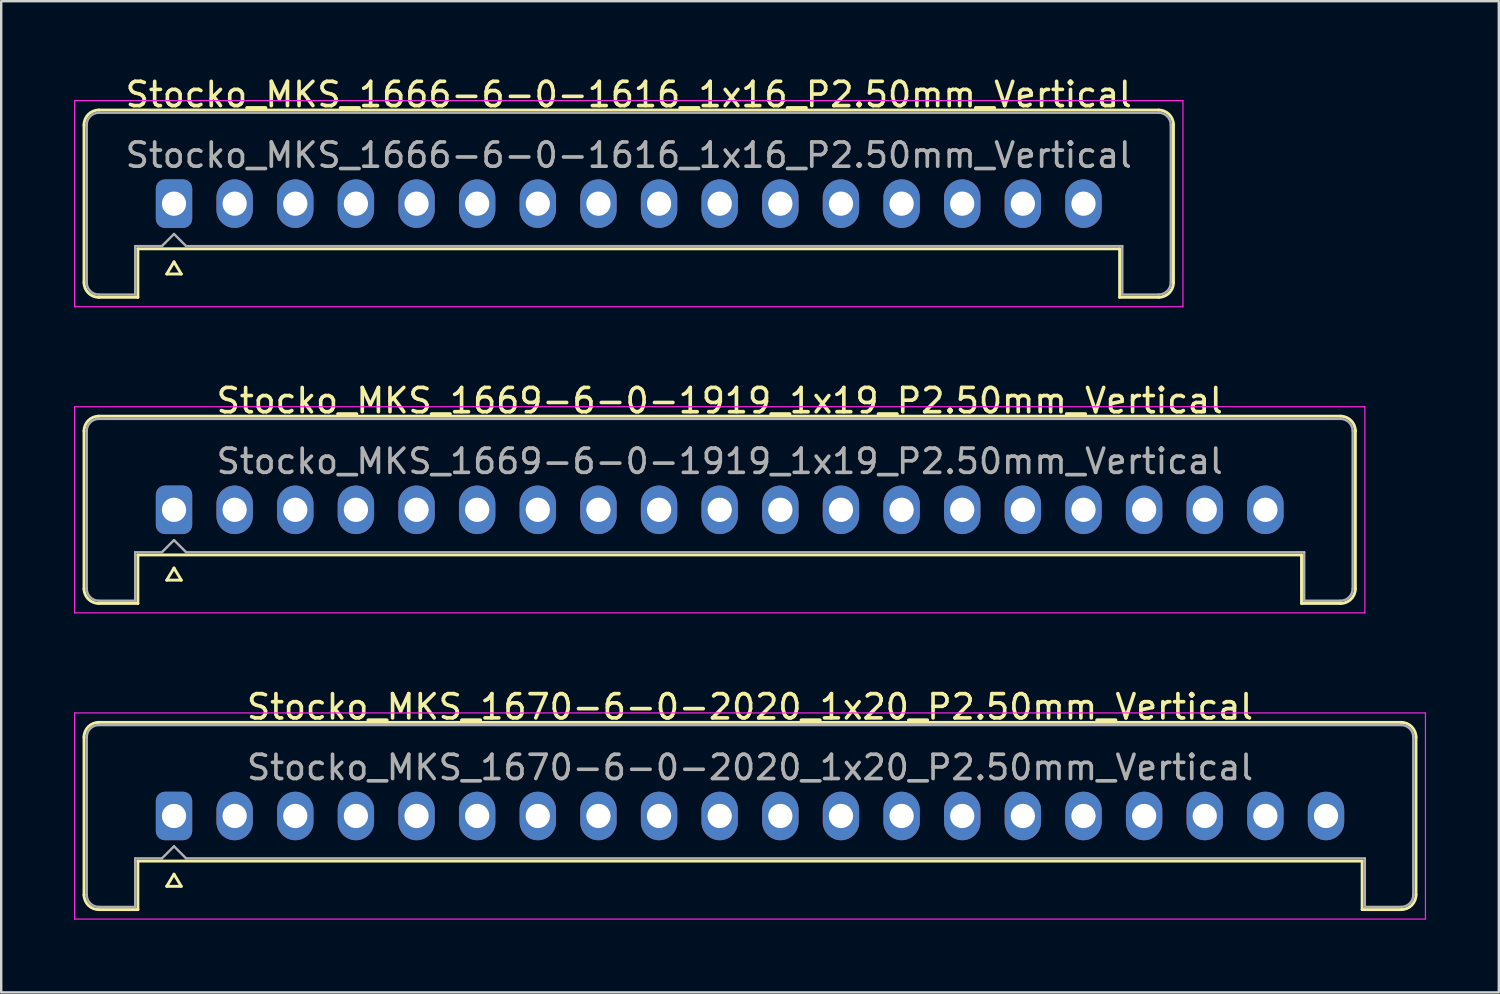
<source format=kicad_pcb>
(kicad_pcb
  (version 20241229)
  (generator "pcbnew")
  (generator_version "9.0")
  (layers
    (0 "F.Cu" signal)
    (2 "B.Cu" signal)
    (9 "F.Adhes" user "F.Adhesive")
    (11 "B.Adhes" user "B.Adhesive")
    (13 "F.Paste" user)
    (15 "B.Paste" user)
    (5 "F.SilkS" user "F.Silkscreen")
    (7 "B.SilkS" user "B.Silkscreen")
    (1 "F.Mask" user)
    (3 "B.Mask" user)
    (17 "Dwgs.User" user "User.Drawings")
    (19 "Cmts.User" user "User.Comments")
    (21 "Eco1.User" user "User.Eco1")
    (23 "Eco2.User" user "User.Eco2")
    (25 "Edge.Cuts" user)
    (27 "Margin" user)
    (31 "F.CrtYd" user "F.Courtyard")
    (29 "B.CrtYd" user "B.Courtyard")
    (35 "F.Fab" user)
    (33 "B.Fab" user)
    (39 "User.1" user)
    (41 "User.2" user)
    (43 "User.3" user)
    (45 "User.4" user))
  (footprint "Stocko_MKS_1670-6-0-2020_1x20_P2.50mm_Vertical"
    (layer "F.Cu")
    (at 4.125 30.595)
    (property "Reference" "Stocko_MKS_1670-6-0-2020_1x20_P2.50mm_Vertical" (at 23.75 -4.5 0) (layer "F.SilkS") (effects (font (size 1 1) (thickness 0.15))))
    (attr through_hole)
    (fp_line (start -3.71 -3.25) (end -3.71 3.25) (stroke (width 0.12) (type solid)) (layer "F.SilkS"))
    (fp_line (start -3.1 -3.86) (end 50.6 -3.86) (stroke (width 0.12) (type solid)) (layer "F.SilkS"))
    (fp_line (start -3.1 3.86) (end -1.49 3.86) (stroke (width 0.12) (type solid)) (layer "F.SilkS"))
    (fp_line (start -1.49 1.86) (end 48.99 1.86) (stroke (width 0.12) (type solid)) (layer "F.SilkS"))
    (fp_line (start -1.49 3.86) (end -1.49 1.86) (stroke (width 0.12) (type solid)) (layer "F.SilkS"))
    (fp_line (start -0.3 2.9) (end 0.3 2.9) (stroke (width 0.12) (type solid)) (layer "F.SilkS"))
    (fp_line (start 0 2.4) (end -0.3 2.9) (stroke (width 0.12) (type solid)) (layer "F.SilkS"))
    (fp_line (start 0.3 2.9) (end 0 2.4) (stroke (width 0.12) (type solid)) (layer "F.SilkS"))
    (fp_line (start 48.99 3.86) (end 48.99 1.86) (stroke (width 0.12) (type solid)) (layer "F.SilkS"))
    (fp_line (start 50.6 3.86) (end 48.99 3.86) (stroke (width 0.12) (type solid)) (layer "F.SilkS"))
    (fp_line (start 51.21 -3.25) (end 51.21 3.25) (stroke (width 0.12) (type solid)) (layer "F.SilkS"))
    (fp_arc (start -3.71 -3.25) (mid -3.531335 -3.681335) (end -3.1 -3.86) (stroke (width 0.12) (type solid)) (layer "F.SilkS"))
    (fp_arc (start -3.1 3.86) (mid -3.531335 3.681335) (end -3.71 3.25) (stroke (width 0.12) (type solid)) (layer "F.SilkS"))
    (fp_arc (start 50.6 -3.86) (mid 51.031335 -3.681335) (end 51.21 -3.25) (stroke (width 0.12) (type solid)) (layer "F.SilkS"))
    (fp_arc (start 51.21 3.25) (mid 51.031335 3.681335) (end 50.6 3.86) (stroke (width 0.12) (type solid)) (layer "F.SilkS"))
    (fp_line (start -4.1 -4.25) (end -4.1 4.25) (stroke (width 0.05) (type solid)) (layer "F.CrtYd"))
    (fp_line (start -4.1 4.25) (end 51.6 4.25) (stroke (width 0.05) (type solid)) (layer "F.CrtYd"))
    (fp_line (start 51.6 -4.25) (end -4.1 -4.25) (stroke (width 0.05) (type solid)) (layer "F.CrtYd"))
    (fp_line (start 51.6 4.25) (end 51.6 -4.25) (stroke (width 0.05) (type solid)) (layer "F.CrtYd"))
    (fp_line (start -3.6 -3.25) (end -3.6 3.25) (stroke (width 0.1) (type solid)) (layer "F.Fab"))
    (fp_line (start -3.1 -3.75) (end 50.6 -3.75) (stroke (width 0.1) (type solid)) (layer "F.Fab"))
    (fp_line (start -3.1 3.75) (end -1.6 3.75) (stroke (width 0.1) (type solid)) (layer "F.Fab"))
    (fp_line (start -1.6 1.75) (end -0.5 1.75) (stroke (width 0.1) (type solid)) (layer "F.Fab"))
    (fp_line (start -1.6 3.75) (end -1.6 1.75) (stroke (width 0.1) (type solid)) (layer "F.Fab"))
    (fp_line (start -0.5 1.75) (end 0 1.25) (stroke (width 0.1) (type solid)) (layer "F.Fab"))
    (fp_line (start 0 1.25) (end 0.5 1.75) (stroke (width 0.1) (type solid)) (layer "F.Fab"))
    (fp_line (start 0.5 1.75) (end 49.1 1.75) (stroke (width 0.1) (type solid)) (layer "F.Fab"))
    (fp_line (start 49.1 3.75) (end 49.1 1.75) (stroke (width 0.1) (type solid)) (layer "F.Fab"))
    (fp_line (start 50.6 3.75) (end 49.1 3.75) (stroke (width 0.1) (type solid)) (layer "F.Fab"))
    (fp_line (start 51.1 -3.25) (end 51.1 3.25) (stroke (width 0.1) (type solid)) (layer "F.Fab"))
    (fp_arc (start -3.6 -3.25) (mid -3.453553 -3.603553) (end -3.1 -3.75) (stroke (width 0.1) (type solid)) (layer "F.Fab"))
    (fp_arc (start -3.1 3.75) (mid -3.453553 3.603553) (end -3.6 3.25) (stroke (width 0.1) (type solid)) (layer "F.Fab"))
    (fp_arc (start 50.6 -3.75) (mid 50.953553 -3.603553) (end 51.1 -3.25) (stroke (width 0.1) (type solid)) (layer "F.Fab"))
    (fp_arc (start 51.1 3.25) (mid 50.953553 3.603553) (end 50.6 3.75) (stroke (width 0.1) (type solid)) (layer "F.Fab"))
    (fp_text user "${REFERENCE}" (at 23.75 -2 0) (layer "F.Fab") (effects (font (size 1 1) (thickness 0.15))))
    (pad "1" thru_hole roundrect (at 0 0) (size 1.5 2) (drill 1) (layers "*.Cu" "*.Mask") (roundrect_rratio 0.25))
    (pad "2" thru_hole oval (at 2.5 0) (size 1.5 2) (drill 1) (layers "*.Cu" "*.Mask"))
    (pad "3" thru_hole oval (at 5 0) (size 1.5 2) (drill 1) (layers "*.Cu" "*.Mask"))
    (pad "4" thru_hole oval (at 7.5 0) (size 1.5 2) (drill 1) (layers "*.Cu" "*.Mask"))
    (pad "5" thru_hole oval (at 10 0) (size 1.5 2) (drill 1) (layers "*.Cu" "*.Mask"))
    (pad "6" thru_hole oval (at 12.5 0) (size 1.5 2) (drill 1) (layers "*.Cu" "*.Mask"))
    (pad "7" thru_hole oval (at 15 0) (size 1.5 2) (drill 1) (layers "*.Cu" "*.Mask"))
    (pad "8" thru_hole oval (at 17.5 0) (size 1.5 2) (drill 1) (layers "*.Cu" "*.Mask"))
    (pad "9" thru_hole oval (at 20 0) (size 1.5 2) (drill 1) (layers "*.Cu" "*.Mask"))
    (pad "10" thru_hole oval (at 22.5 0) (size 1.5 2) (drill 1) (layers "*.Cu" "*.Mask"))
    (pad "11" thru_hole oval (at 25 0) (size 1.5 2) (drill 1) (layers "*.Cu" "*.Mask"))
    (pad "12" thru_hole oval (at 27.5 0) (size 1.5 2) (drill 1) (layers "*.Cu" "*.Mask"))
    (pad "13" thru_hole oval (at 30 0) (size 1.5 2) (drill 1) (layers "*.Cu" "*.Mask"))
    (pad "14" thru_hole oval (at 32.5 0) (size 1.5 2) (drill 1) (layers "*.Cu" "*.Mask"))
    (pad "15" thru_hole oval (at 35 0) (size 1.5 2) (drill 1) (layers "*.Cu" "*.Mask"))
    (pad "16" thru_hole oval (at 37.5 0) (size 1.5 2) (drill 1) (layers "*.Cu" "*.Mask"))
    (pad "17" thru_hole oval (at 40 0) (size 1.5 2) (drill 1) (layers "*.Cu" "*.Mask"))
    (pad "18" thru_hole oval (at 42.5 0) (size 1.5 2) (drill 1) (layers "*.Cu" "*.Mask"))
    (pad "19" thru_hole oval (at 45 0) (size 1.5 2) (drill 1) (layers "*.Cu" "*.Mask"))
    (pad "20" thru_hole oval (at 47.5 0) (size 1.5 2) (drill 1) (layers "*.Cu" "*.Mask")))
  (footprint "Stocko_MKS_1666-6-0-1616_1x16_P2.50mm_Vertical"
    (layer "F.Cu")
    (at 4.125 5.348)
    (property "Reference" "Stocko_MKS_1666-6-0-1616_1x16_P2.50mm_Vertical" (at 18.75 -4.5 0) (layer "F.SilkS") (effects (font (size 1 1) (thickness 0.15))))
    (attr through_hole)
    (fp_line (start -3.71 -3.25) (end -3.71 3.25) (stroke (width 0.12) (type solid)) (layer "F.SilkS"))
    (fp_line (start -3.1 -3.86) (end 40.6 -3.86) (stroke (width 0.12) (type solid)) (layer "F.SilkS"))
    (fp_line (start -3.1 3.86) (end -1.49 3.86) (stroke (width 0.12) (type solid)) (layer "F.SilkS"))
    (fp_line (start -1.49 1.86) (end 38.99 1.86) (stroke (width 0.12) (type solid)) (layer "F.SilkS"))
    (fp_line (start -1.49 3.86) (end -1.49 1.86) (stroke (width 0.12) (type solid)) (layer "F.SilkS"))
    (fp_line (start -0.3 2.9) (end 0.3 2.9) (stroke (width 0.12) (type solid)) (layer "F.SilkS"))
    (fp_line (start 0 2.4) (end -0.3 2.9) (stroke (width 0.12) (type solid)) (layer "F.SilkS"))
    (fp_line (start 0.3 2.9) (end 0 2.4) (stroke (width 0.12) (type solid)) (layer "F.SilkS"))
    (fp_line (start 38.99 3.86) (end 38.99 1.86) (stroke (width 0.12) (type solid)) (layer "F.SilkS"))
    (fp_line (start 40.6 3.86) (end 38.99 3.86) (stroke (width 0.12) (type solid)) (layer "F.SilkS"))
    (fp_line (start 41.21 -3.25) (end 41.21 3.25) (stroke (width 0.12) (type solid)) (layer "F.SilkS"))
    (fp_arc (start -3.71 -3.25) (mid -3.531335 -3.681335) (end -3.1 -3.86) (stroke (width 0.12) (type solid)) (layer "F.SilkS"))
    (fp_arc (start -3.1 3.86) (mid -3.531335 3.681335) (end -3.71 3.25) (stroke (width 0.12) (type solid)) (layer "F.SilkS"))
    (fp_arc (start 40.6 -3.86) (mid 41.031335 -3.681335) (end 41.21 -3.25) (stroke (width 0.12) (type solid)) (layer "F.SilkS"))
    (fp_arc (start 41.21 3.25) (mid 41.031335 3.681335) (end 40.6 3.86) (stroke (width 0.12) (type solid)) (layer "F.SilkS"))
    (fp_line (start -4.1 -4.25) (end -4.1 4.25) (stroke (width 0.05) (type solid)) (layer "F.CrtYd"))
    (fp_line (start -4.1 4.25) (end 41.6 4.25) (stroke (width 0.05) (type solid)) (layer "F.CrtYd"))
    (fp_line (start 41.6 -4.25) (end -4.1 -4.25) (stroke (width 0.05) (type solid)) (layer "F.CrtYd"))
    (fp_line (start 41.6 4.25) (end 41.6 -4.25) (stroke (width 0.05) (type solid)) (layer "F.CrtYd"))
    (fp_line (start -3.6 -3.25) (end -3.6 3.25) (stroke (width 0.1) (type solid)) (layer "F.Fab"))
    (fp_line (start -3.1 -3.75) (end 40.6 -3.75) (stroke (width 0.1) (type solid)) (layer "F.Fab"))
    (fp_line (start -3.1 3.75) (end -1.6 3.75) (stroke (width 0.1) (type solid)) (layer "F.Fab"))
    (fp_line (start -1.6 1.75) (end -0.5 1.75) (stroke (width 0.1) (type solid)) (layer "F.Fab"))
    (fp_line (start -1.6 3.75) (end -1.6 1.75) (stroke (width 0.1) (type solid)) (layer "F.Fab"))
    (fp_line (start -0.5 1.75) (end 0 1.25) (stroke (width 0.1) (type solid)) (layer "F.Fab"))
    (fp_line (start 0 1.25) (end 0.5 1.75) (stroke (width 0.1) (type solid)) (layer "F.Fab"))
    (fp_line (start 0.5 1.75) (end 39.1 1.75) (stroke (width 0.1) (type solid)) (layer "F.Fab"))
    (fp_line (start 39.1 3.75) (end 39.1 1.75) (stroke (width 0.1) (type solid)) (layer "F.Fab"))
    (fp_line (start 40.6 3.75) (end 39.1 3.75) (stroke (width 0.1) (type solid)) (layer "F.Fab"))
    (fp_line (start 41.1 -3.25) (end 41.1 3.25) (stroke (width 0.1) (type solid)) (layer "F.Fab"))
    (fp_arc (start -3.6 -3.25) (mid -3.453553 -3.603553) (end -3.1 -3.75) (stroke (width 0.1) (type solid)) (layer "F.Fab"))
    (fp_arc (start -3.1 3.75) (mid -3.453553 3.603553) (end -3.6 3.25) (stroke (width 0.1) (type solid)) (layer "F.Fab"))
    (fp_arc (start 40.6 -3.75) (mid 40.953553 -3.603553) (end 41.1 -3.25) (stroke (width 0.1) (type solid)) (layer "F.Fab"))
    (fp_arc (start 41.1 3.25) (mid 40.953553 3.603553) (end 40.6 3.75) (stroke (width 0.1) (type solid)) (layer "F.Fab"))
    (fp_text user "${REFERENCE}" (at 18.75 -2 0) (layer "F.Fab") (effects (font (size 1 1) (thickness 0.15))))
    (pad "1" thru_hole roundrect (at 0 0) (size 1.5 2) (drill 1) (layers "*.Cu" "*.Mask") (roundrect_rratio 0.25))
    (pad "2" thru_hole oval (at 2.5 0) (size 1.5 2) (drill 1) (layers "*.Cu" "*.Mask"))
    (pad "3" thru_hole oval (at 5 0) (size 1.5 2) (drill 1) (layers "*.Cu" "*.Mask"))
    (pad "4" thru_hole oval (at 7.5 0) (size 1.5 2) (drill 1) (layers "*.Cu" "*.Mask"))
    (pad "5" thru_hole oval (at 10 0) (size 1.5 2) (drill 1) (layers "*.Cu" "*.Mask"))
    (pad "6" thru_hole oval (at 12.5 0) (size 1.5 2) (drill 1) (layers "*.Cu" "*.Mask"))
    (pad "7" thru_hole oval (at 15 0) (size 1.5 2) (drill 1) (layers "*.Cu" "*.Mask"))
    (pad "8" thru_hole oval (at 17.5 0) (size 1.5 2) (drill 1) (layers "*.Cu" "*.Mask"))
    (pad "9" thru_hole oval (at 20 0) (size 1.5 2) (drill 1) (layers "*.Cu" "*.Mask"))
    (pad "10" thru_hole oval (at 22.5 0) (size 1.5 2) (drill 1) (layers "*.Cu" "*.Mask"))
    (pad "11" thru_hole oval (at 25 0) (size 1.5 2) (drill 1) (layers "*.Cu" "*.Mask"))
    (pad "12" thru_hole oval (at 27.5 0) (size 1.5 2) (drill 1) (layers "*.Cu" "*.Mask"))
    (pad "13" thru_hole oval (at 30 0) (size 1.5 2) (drill 1) (layers "*.Cu" "*.Mask"))
    (pad "14" thru_hole oval (at 32.5 0) (size 1.5 2) (drill 1) (layers "*.Cu" "*.Mask"))
    (pad "15" thru_hole oval (at 35 0) (size 1.5 2) (drill 1) (layers "*.Cu" "*.Mask"))
    (pad "16" thru_hole oval (at 37.5 0) (size 1.5 2) (drill 1) (layers "*.Cu" "*.Mask")))
  (footprint "Stocko_MKS_1669-6-0-1919_1x19_P2.50mm_Vertical"
    (layer "F.Cu")
    (at 4.125 17.971)
    (property "Reference" "Stocko_MKS_1669-6-0-1919_1x19_P2.50mm_Vertical" (at 22.5 -4.5 0) (layer "F.SilkS") (effects (font (size 1 1) (thickness 0.15))))
    (attr through_hole)
    (fp_line (start -3.71 -3.25) (end -3.71 3.25) (stroke (width 0.12) (type solid)) (layer "F.SilkS"))
    (fp_line (start -3.1 -3.86) (end 48.1 -3.86) (stroke (width 0.12) (type solid)) (layer "F.SilkS"))
    (fp_line (start -3.1 3.86) (end -1.49 3.86) (stroke (width 0.12) (type solid)) (layer "F.SilkS"))
    (fp_line (start -1.49 1.86) (end 46.49 1.86) (stroke (width 0.12) (type solid)) (layer "F.SilkS"))
    (fp_line (start -1.49 3.86) (end -1.49 1.86) (stroke (width 0.12) (type solid)) (layer "F.SilkS"))
    (fp_line (start -0.3 2.9) (end 0.3 2.9) (stroke (width 0.12) (type solid)) (layer "F.SilkS"))
    (fp_line (start 0 2.4) (end -0.3 2.9) (stroke (width 0.12) (type solid)) (layer "F.SilkS"))
    (fp_line (start 0.3 2.9) (end 0 2.4) (stroke (width 0.12) (type solid)) (layer "F.SilkS"))
    (fp_line (start 46.49 3.86) (end 46.49 1.86) (stroke (width 0.12) (type solid)) (layer "F.SilkS"))
    (fp_line (start 48.1 3.86) (end 46.49 3.86) (stroke (width 0.12) (type solid)) (layer "F.SilkS"))
    (fp_line (start 48.71 -3.25) (end 48.71 3.25) (stroke (width 0.12) (type solid)) (layer "F.SilkS"))
    (fp_arc (start -3.71 -3.25) (mid -3.531335 -3.681335) (end -3.1 -3.86) (stroke (width 0.12) (type solid)) (layer "F.SilkS"))
    (fp_arc (start -3.1 3.86) (mid -3.531335 3.681335) (end -3.71 3.25) (stroke (width 0.12) (type solid)) (layer "F.SilkS"))
    (fp_arc (start 48.1 -3.86) (mid 48.531335 -3.681335) (end 48.71 -3.25) (stroke (width 0.12) (type solid)) (layer "F.SilkS"))
    (fp_arc (start 48.71 3.25) (mid 48.531335 3.681335) (end 48.1 3.86) (stroke (width 0.12) (type solid)) (layer "F.SilkS"))
    (fp_line (start -4.1 -4.25) (end -4.1 4.25) (stroke (width 0.05) (type solid)) (layer "F.CrtYd"))
    (fp_line (start -4.1 4.25) (end 49.1 4.25) (stroke (width 0.05) (type solid)) (layer "F.CrtYd"))
    (fp_line (start 49.1 -4.25) (end -4.1 -4.25) (stroke (width 0.05) (type solid)) (layer "F.CrtYd"))
    (fp_line (start 49.1 4.25) (end 49.1 -4.25) (stroke (width 0.05) (type solid)) (layer "F.CrtYd"))
    (fp_line (start -3.6 -3.25) (end -3.6 3.25) (stroke (width 0.1) (type solid)) (layer "F.Fab"))
    (fp_line (start -3.1 -3.75) (end 48.1 -3.75) (stroke (width 0.1) (type solid)) (layer "F.Fab"))
    (fp_line (start -3.1 3.75) (end -1.6 3.75) (stroke (width 0.1) (type solid)) (layer "F.Fab"))
    (fp_line (start -1.6 1.75) (end -0.5 1.75) (stroke (width 0.1) (type solid)) (layer "F.Fab"))
    (fp_line (start -1.6 3.75) (end -1.6 1.75) (stroke (width 0.1) (type solid)) (layer "F.Fab"))
    (fp_line (start -0.5 1.75) (end 0 1.25) (stroke (width 0.1) (type solid)) (layer "F.Fab"))
    (fp_line (start 0 1.25) (end 0.5 1.75) (stroke (width 0.1) (type solid)) (layer "F.Fab"))
    (fp_line (start 0.5 1.75) (end 46.6 1.75) (stroke (width 0.1) (type solid)) (layer "F.Fab"))
    (fp_line (start 46.6 3.75) (end 46.6 1.75) (stroke (width 0.1) (type solid)) (layer "F.Fab"))
    (fp_line (start 48.1 3.75) (end 46.6 3.75) (stroke (width 0.1) (type solid)) (layer "F.Fab"))
    (fp_line (start 48.6 -3.25) (end 48.6 3.25) (stroke (width 0.1) (type solid)) (layer "F.Fab"))
    (fp_arc (start -3.6 -3.25) (mid -3.453553 -3.603553) (end -3.1 -3.75) (stroke (width 0.1) (type solid)) (layer "F.Fab"))
    (fp_arc (start -3.1 3.75) (mid -3.453553 3.603553) (end -3.6 3.25) (stroke (width 0.1) (type solid)) (layer "F.Fab"))
    (fp_arc (start 48.1 -3.75) (mid 48.453553 -3.603553) (end 48.6 -3.25) (stroke (width 0.1) (type solid)) (layer "F.Fab"))
    (fp_arc (start 48.6 3.25) (mid 48.453553 3.603553) (end 48.1 3.75) (stroke (width 0.1) (type solid)) (layer "F.Fab"))
    (fp_text user "${REFERENCE}" (at 22.5 -2 0) (layer "F.Fab") (effects (font (size 1 1) (thickness 0.15))))
    (pad "1" thru_hole roundrect (at 0 0) (size 1.5 2) (drill 1) (layers "*.Cu" "*.Mask") (roundrect_rratio 0.25))
    (pad "2" thru_hole oval (at 2.5 0) (size 1.5 2) (drill 1) (layers "*.Cu" "*.Mask"))
    (pad "3" thru_hole oval (at 5 0) (size 1.5 2) (drill 1) (layers "*.Cu" "*.Mask"))
    (pad "4" thru_hole oval (at 7.5 0) (size 1.5 2) (drill 1) (layers "*.Cu" "*.Mask"))
    (pad "5" thru_hole oval (at 10 0) (size 1.5 2) (drill 1) (layers "*.Cu" "*.Mask"))
    (pad "6" thru_hole oval (at 12.5 0) (size 1.5 2) (drill 1) (layers "*.Cu" "*.Mask"))
    (pad "7" thru_hole oval (at 15 0) (size 1.5 2) (drill 1) (layers "*.Cu" "*.Mask"))
    (pad "8" thru_hole oval (at 17.5 0) (size 1.5 2) (drill 1) (layers "*.Cu" "*.Mask"))
    (pad "9" thru_hole oval (at 20 0) (size 1.5 2) (drill 1) (layers "*.Cu" "*.Mask"))
    (pad "10" thru_hole oval (at 22.5 0) (size 1.5 2) (drill 1) (layers "*.Cu" "*.Mask"))
    (pad "11" thru_hole oval (at 25 0) (size 1.5 2) (drill 1) (layers "*.Cu" "*.Mask"))
    (pad "12" thru_hole oval (at 27.5 0) (size 1.5 2) (drill 1) (layers "*.Cu" "*.Mask"))
    (pad "13" thru_hole oval (at 30 0) (size 1.5 2) (drill 1) (layers "*.Cu" "*.Mask"))
    (pad "14" thru_hole oval (at 32.5 0) (size 1.5 2) (drill 1) (layers "*.Cu" "*.Mask"))
    (pad "15" thru_hole oval (at 35 0) (size 1.5 2) (drill 1) (layers "*.Cu" "*.Mask"))
    (pad "16" thru_hole oval (at 37.5 0) (size 1.5 2) (drill 1) (layers "*.Cu" "*.Mask"))
    (pad "17" thru_hole oval (at 40 0) (size 1.5 2) (drill 1) (layers "*.Cu" "*.Mask"))
    (pad "18" thru_hole oval (at 42.5 0) (size 1.5 2) (drill 1) (layers "*.Cu" "*.Mask"))
    (pad "19" thru_hole oval (at 45 0) (size 1.5 2) (drill 1) (layers "*.Cu" "*.Mask")))
  (gr_rect
    (start -3 -3)
    (end 58.75 37.87)
    (stroke (width 0.1) (type default))
    (fill no)
    (layer "Edge.Cuts")))
</source>
